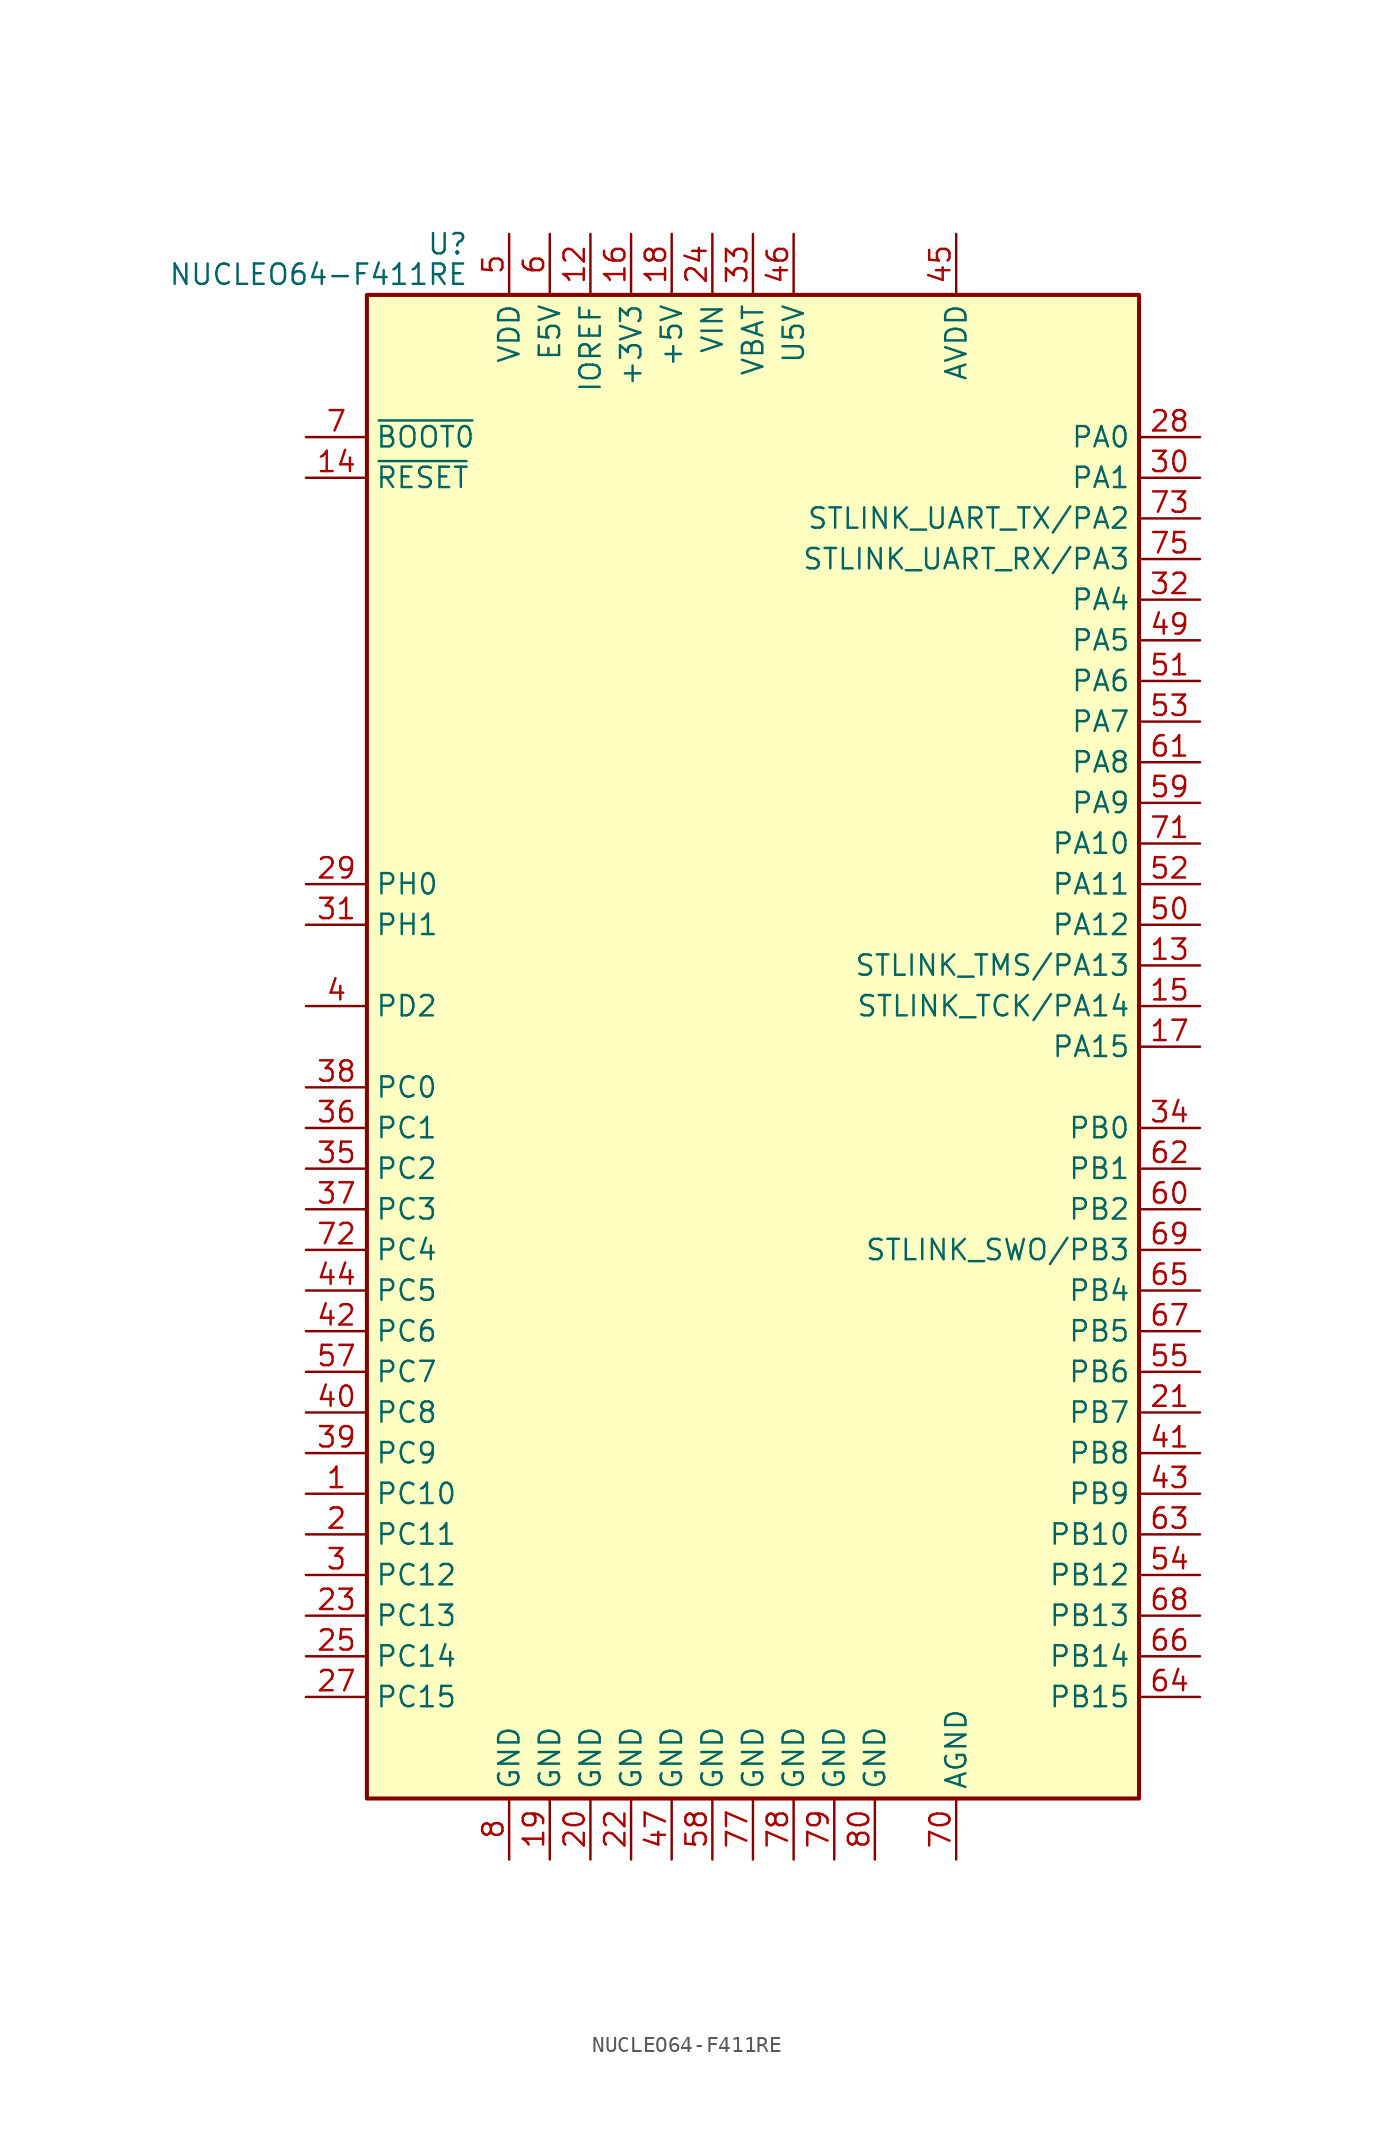
<source format=kicad_sym>
(kicad_symbol_lib
  (version 20231120)
  (generator "kicad_symbol_editor")
  (generator_version "8.0")
  (symbol "NUCLEO64-F411RE"
    (property "Reference" "U"
      (at -17.78 50.165 0)
      (effects (font (size 1.27 1.27)) (justify right)))
    (property "Value" "NUCLEO64-F411RE"
      (at -17.78 48.26 0)
      (effects (font (size 1.27 1.27)) (justify right)))
    (symbol "NUCLEO64-F411RE_0_1"
      (rectangle (start -24.13 -46.99) (end 24.13 46.99) (stroke (width 0.254) (type default)) (fill (type background))))
    (symbol "NUCLEO64-F411RE_1_1"
      (pin bidirectional line (at -27.94 -27.94 0) (length 3.81) (name "PC10" (effects (font (size 1.27 1.27)))) (number "1" (effects (font (size 1.27 1.27)))))
      (pin no_connect line (at -24.13 20.32 0) (length 3.81) hide (name "NC" (effects (font (size 1.27 1.27)))) (number "10" (effects (font (size 1.27 1.27)))))
      (pin no_connect line (at -24.13 15.24 0) (length 3.81) hide (name "NC" (effects (font (size 1.27 1.27)))) (number "11" (effects (font (size 1.27 1.27)))))
      (pin power_in line (at -10.16 50.8 270) (length 3.81) (name "IOREF" (effects (font (size 1.27 1.27)))) (number "12" (effects (font (size 1.27 1.27)))))
      (pin bidirectional line (at 27.94 5.08 180) (length 3.81) (name "STLINK_TMS/PA13" (effects (font (size 1.27 1.27)))) (number "13" (effects (font (size 1.27 1.27)))))
      (pin input line (at -27.94 35.56 0) (length 3.81) (name "~{RESET}" (effects (font (size 1.27 1.27)))) (number "14" (effects (font (size 1.27 1.27)))))
      (pin bidirectional line (at 27.94 2.54 180) (length 3.81) (name "STLINK_TCK/PA14" (effects (font (size 1.27 1.27)))) (number "15" (effects (font (size 1.27 1.27)))))
      (pin power_in line (at -7.62 50.8 270) (length 3.81) (name "+3V3" (effects (font (size 1.27 1.27)))) (number "16" (effects (font (size 1.27 1.27)))))
      (pin bidirectional line (at 27.94 0 180) (length 3.81) (name "PA15" (effects (font (size 1.27 1.27)))) (number "17" (effects (font (size 1.27 1.27)))))
      (pin power_in line (at -5.08 50.8 270) (length 3.81) (name "+5V" (effects (font (size 1.27 1.27)))) (number "18" (effects (font (size 1.27 1.27)))))
      (pin power_in line (at -12.7 -50.8 90) (length 3.81) (name "GND" (effects (font (size 1.27 1.27)))) (number "19" (effects (font (size 1.27 1.27)))))
      (pin bidirectional line (at -27.94 -30.48 0) (length 3.81) (name "PC11" (effects (font (size 1.27 1.27)))) (number "2" (effects (font (size 1.27 1.27)))))
      (pin power_in line (at -10.16 -50.8 90) (length 3.81) (name "GND" (effects (font (size 1.27 1.27)))) (number "20" (effects (font (size 1.27 1.27)))))
      (pin bidirectional line (at 27.94 -22.86 180) (length 3.81) (name "PB7" (effects (font (size 1.27 1.27)))) (number "21" (effects (font (size 1.27 1.27)))))
      (pin power_in line (at -7.62 -50.8 90) (length 3.81) (name "GND" (effects (font (size 1.27 1.27)))) (number "22" (effects (font (size 1.27 1.27)))))
      (pin bidirectional line (at -27.94 -35.56 0) (length 3.81) (name "PC13" (effects (font (size 1.27 1.27)))) (number "23" (effects (font (size 1.27 1.27)))))
      (pin power_in line (at -2.54 50.8 270) (length 3.81) (name "VIN" (effects (font (size 1.27 1.27)))) (number "24" (effects (font (size 1.27 1.27)))))
      (pin bidirectional line (at -27.94 -38.1 0) (length 3.81) (name "PC14" (effects (font (size 1.27 1.27)))) (number "25" (effects (font (size 1.27 1.27)))))
      (pin no_connect line (at -24.13 22.86 0) (length 3.81) hide (name "NC" (effects (font (size 1.27 1.27)))) (number "26" (effects (font (size 1.27 1.27)))))
      (pin bidirectional line (at -27.94 -40.64 0) (length 3.81) (name "PC15" (effects (font (size 1.27 1.27)))) (number "27" (effects (font (size 1.27 1.27)))))
      (pin bidirectional line (at 27.94 38.1 180) (length 3.81) (name "PA0" (effects (font (size 1.27 1.27)))) (number "28" (effects (font (size 1.27 1.27)))))
      (pin bidirectional line (at -27.94 10.16 0) (length 3.81) (name "PH0" (effects (font (size 1.27 1.27)))) (number "29" (effects (font (size 1.27 1.27)))))
      (pin bidirectional line (at -27.94 -33.02 0) (length 3.81) (name "PC12" (effects (font (size 1.27 1.27)))) (number "3" (effects (font (size 1.27 1.27)))))
      (pin bidirectional line (at 27.94 35.56 180) (length 3.81) (name "PA1" (effects (font (size 1.27 1.27)))) (number "30" (effects (font (size 1.27 1.27)))))
      (pin bidirectional line (at -27.94 7.62 0) (length 3.81) (name "PH1" (effects (font (size 1.27 1.27)))) (number "31" (effects (font (size 1.27 1.27)))))
      (pin bidirectional line (at 27.94 27.94 180) (length 3.81) (name "PA4" (effects (font (size 1.27 1.27)))) (number "32" (effects (font (size 1.27 1.27)))))
      (pin power_in line (at 0 50.8 270) (length 3.81) (name "VBAT" (effects (font (size 1.27 1.27)))) (number "33" (effects (font (size 1.27 1.27)))))
      (pin bidirectional line (at 27.94 -5.08 180) (length 3.81) (name "PB0" (effects (font (size 1.27 1.27)))) (number "34" (effects (font (size 1.27 1.27)))))
      (pin bidirectional line (at -27.94 -7.62 0) (length 3.81) (name "PC2" (effects (font (size 1.27 1.27)))) (number "35" (effects (font (size 1.27 1.27)))))
      (pin bidirectional line (at -27.94 -5.08 0) (length 3.81) (name "PC1" (effects (font (size 1.27 1.27)))) (number "36" (effects (font (size 1.27 1.27)))))
      (pin bidirectional line (at -27.94 -10.16 0) (length 3.81) (name "PC3" (effects (font (size 1.27 1.27)))) (number "37" (effects (font (size 1.27 1.27)))))
      (pin bidirectional line (at -27.94 -2.54 0) (length 3.81) (name "PC0" (effects (font (size 1.27 1.27)))) (number "38" (effects (font (size 1.27 1.27)))))
      (pin bidirectional line (at -27.94 -25.4 0) (length 3.81) (name "PC9" (effects (font (size 1.27 1.27)))) (number "39" (effects (font (size 1.27 1.27)))))
      (pin bidirectional line (at -27.94 2.54 0) (length 3.81) (name "PD2" (effects (font (size 1.27 1.27)))) (number "4" (effects (font (size 1.27 1.27)))))
      (pin bidirectional line (at -27.94 -22.86 0) (length 3.81) (name "PC8" (effects (font (size 1.27 1.27)))) (number "40" (effects (font (size 1.27 1.27)))))
      (pin bidirectional line (at 27.94 -25.4 180) (length 3.81) (name "PB8" (effects (font (size 1.27 1.27)))) (number "41" (effects (font (size 1.27 1.27)))))
      (pin bidirectional line (at -27.94 -17.78 0) (length 3.81) (name "PC6" (effects (font (size 1.27 1.27)))) (number "42" (effects (font (size 1.27 1.27)))))
      (pin bidirectional line (at 27.94 -27.94 180) (length 3.81) (name "PB9" (effects (font (size 1.27 1.27)))) (number "43" (effects (font (size 1.27 1.27)))))
      (pin bidirectional line (at -27.94 -15.24 0) (length 3.81) (name "PC5" (effects (font (size 1.27 1.27)))) (number "44" (effects (font (size 1.27 1.27)))))
      (pin power_in line (at 12.7 50.8 270) (length 3.81) (name "AVDD" (effects (font (size 1.27 1.27)))) (number "45" (effects (font (size 1.27 1.27)))))
      (pin power_in line (at 2.54 50.8 270) (length 3.81) (name "U5V" (effects (font (size 1.27 1.27)))) (number "46" (effects (font (size 1.27 1.27)))))
      (pin power_in line (at -5.08 -50.8 90) (length 3.81) (name "GND" (effects (font (size 1.27 1.27)))) (number "47" (effects (font (size 1.27 1.27)))))
      (pin no_connect line (at -24.13 25.4 0) (length 3.81) hide (name "NC" (effects (font (size 1.27 1.27)))) (number "48" (effects (font (size 1.27 1.27)))))
      (pin bidirectional line (at 27.94 25.4 180) (length 3.81) (name "PA5" (effects (font (size 1.27 1.27)))) (number "49" (effects (font (size 1.27 1.27)))))
      (pin power_in line (at -15.24 50.8 270) (length 3.81) (name "VDD" (effects (font (size 1.27 1.27)))) (number "5" (effects (font (size 1.27 1.27)))))
      (pin bidirectional line (at 27.94 7.62 180) (length 3.81) (name "PA12" (effects (font (size 1.27 1.27)))) (number "50" (effects (font (size 1.27 1.27)))))
      (pin bidirectional line (at 27.94 22.86 180) (length 3.81) (name "PA6" (effects (font (size 1.27 1.27)))) (number "51" (effects (font (size 1.27 1.27)))))
      (pin bidirectional line (at 27.94 10.16 180) (length 3.81) (name "PA11" (effects (font (size 1.27 1.27)))) (number "52" (effects (font (size 1.27 1.27)))))
      (pin bidirectional line (at 27.94 20.32 180) (length 3.81) (name "PA7" (effects (font (size 1.27 1.27)))) (number "53" (effects (font (size 1.27 1.27)))))
      (pin bidirectional line (at 27.94 -33.02 180) (length 3.81) (name "PB12" (effects (font (size 1.27 1.27)))) (number "54" (effects (font (size 1.27 1.27)))))
      (pin bidirectional line (at 27.94 -20.32 180) (length 3.81) (name "PB6" (effects (font (size 1.27 1.27)))) (number "55" (effects (font (size 1.27 1.27)))))
      (pin no_connect line (at -24.13 33.02 0) (length 3.81) hide (name "NC" (effects (font (size 1.27 1.27)))) (number "56" (effects (font (size 1.27 1.27)))))
      (pin bidirectional line (at -27.94 -20.32 0) (length 3.81) (name "PC7" (effects (font (size 1.27 1.27)))) (number "57" (effects (font (size 1.27 1.27)))))
      (pin power_in line (at -2.54 -50.8 90) (length 3.81) (name "GND" (effects (font (size 1.27 1.27)))) (number "58" (effects (font (size 1.27 1.27)))))
      (pin bidirectional line (at 27.94 15.24 180) (length 3.81) (name "PA9" (effects (font (size 1.27 1.27)))) (number "59" (effects (font (size 1.27 1.27)))))
      (pin power_in line (at -12.7 50.8 270) (length 3.81) (name "E5V" (effects (font (size 1.27 1.27)))) (number "6" (effects (font (size 1.27 1.27)))))
      (pin bidirectional line (at 27.94 -10.16 180) (length 3.81) (name "PB2" (effects (font (size 1.27 1.27)))) (number "60" (effects (font (size 1.27 1.27)))))
      (pin bidirectional line (at 27.94 17.78 180) (length 3.81) (name "PA8" (effects (font (size 1.27 1.27)))) (number "61" (effects (font (size 1.27 1.27)))))
      (pin bidirectional line (at 27.94 -7.62 180) (length 3.81) (name "PB1" (effects (font (size 1.27 1.27)))) (number "62" (effects (font (size 1.27 1.27)))))
      (pin bidirectional line (at 27.94 -30.48 180) (length 3.81) (name "PB10" (effects (font (size 1.27 1.27)))) (number "63" (effects (font (size 1.27 1.27)))))
      (pin bidirectional line (at 27.94 -40.64 180) (length 3.81) (name "PB15" (effects (font (size 1.27 1.27)))) (number "64" (effects (font (size 1.27 1.27)))))
      (pin bidirectional line (at 27.94 -15.24 180) (length 3.81) (name "PB4" (effects (font (size 1.27 1.27)))) (number "65" (effects (font (size 1.27 1.27)))))
      (pin bidirectional line (at 27.94 -38.1 180) (length 3.81) (name "PB14" (effects (font (size 1.27 1.27)))) (number "66" (effects (font (size 1.27 1.27)))))
      (pin bidirectional line (at 27.94 -17.78 180) (length 3.81) (name "PB5" (effects (font (size 1.27 1.27)))) (number "67" (effects (font (size 1.27 1.27)))))
      (pin bidirectional line (at 27.94 -35.56 180) (length 3.81) (name "PB13" (effects (font (size 1.27 1.27)))) (number "68" (effects (font (size 1.27 1.27)))))
      (pin bidirectional line (at 27.94 -12.7 180) (length 3.81) (name "STLINK_SWO/PB3" (effects (font (size 1.27 1.27)))) (number "69" (effects (font (size 1.27 1.27)))))
      (pin input line (at -27.94 38.1 0) (length 3.81) (name "~{BOOT0}" (effects (font (size 1.27 1.27)))) (number "7" (effects (font (size 1.27 1.27)))))
      (pin power_in line (at 12.7 -50.8 90) (length 3.81) (name "AGND" (effects (font (size 1.27 1.27)))) (number "70" (effects (font (size 1.27 1.27)))))
      (pin bidirectional line (at 27.94 12.7 180) (length 3.81) (name "PA10" (effects (font (size 1.27 1.27)))) (number "71" (effects (font (size 1.27 1.27)))))
      (pin bidirectional line (at -27.94 -12.7 0) (length 3.81) (name "PC4" (effects (font (size 1.27 1.27)))) (number "72" (effects (font (size 1.27 1.27)))))
      (pin bidirectional line (at 27.94 33.02 180) (length 3.81) (name "STLINK_UART_TX/PA2" (effects (font (size 1.27 1.27)))) (number "73" (effects (font (size 1.27 1.27)))))
      (pin no_connect line (at -24.13 30.48 0) (length 3.81) hide (name "NC" (effects (font (size 1.27 1.27)))) (number "74" (effects (font (size 1.27 1.27)))))
      (pin bidirectional line (at 27.94 30.48 180) (length 3.81) (name "STLINK_UART_RX/PA3" (effects (font (size 1.27 1.27)))) (number "75" (effects (font (size 1.27 1.27)))))
      (pin no_connect line (at -24.13 27.94 0) (length 3.81) hide (name "NC" (effects (font (size 1.27 1.27)))) (number "76" (effects (font (size 1.27 1.27)))))
      (pin power_in line (at 0 -50.8 90) (length 3.81) (name "GND" (effects (font (size 1.27 1.27)))) (number "77" (effects (font (size 1.27 1.27)))))
      (pin power_in line (at 2.54 -50.8 90) (length 3.81) (name "GND" (effects (font (size 1.27 1.27)))) (number "78" (effects (font (size 1.27 1.27)))))
      (pin power_in line (at 5.08 -50.8 90) (length 3.81) (name "GND" (effects (font (size 1.27 1.27)))) (number "79" (effects (font (size 1.27 1.27)))))
      (pin power_in line (at -15.24 -50.8 90) (length 3.81) (name "GND" (effects (font (size 1.27 1.27)))) (number "8" (effects (font (size 1.27 1.27)))))
      (pin power_in line (at 7.62 -50.8 90) (length 3.81) (name "GND" (effects (font (size 1.27 1.27)))) (number "80" (effects (font (size 1.27 1.27)))))
      (pin no_connect line (at -24.13 17.78 0) (length 3.81) hide (name "NC" (effects (font (size 1.27 1.27)))) (number "9" (effects (font (size 1.27 1.27))))))))
</source>
